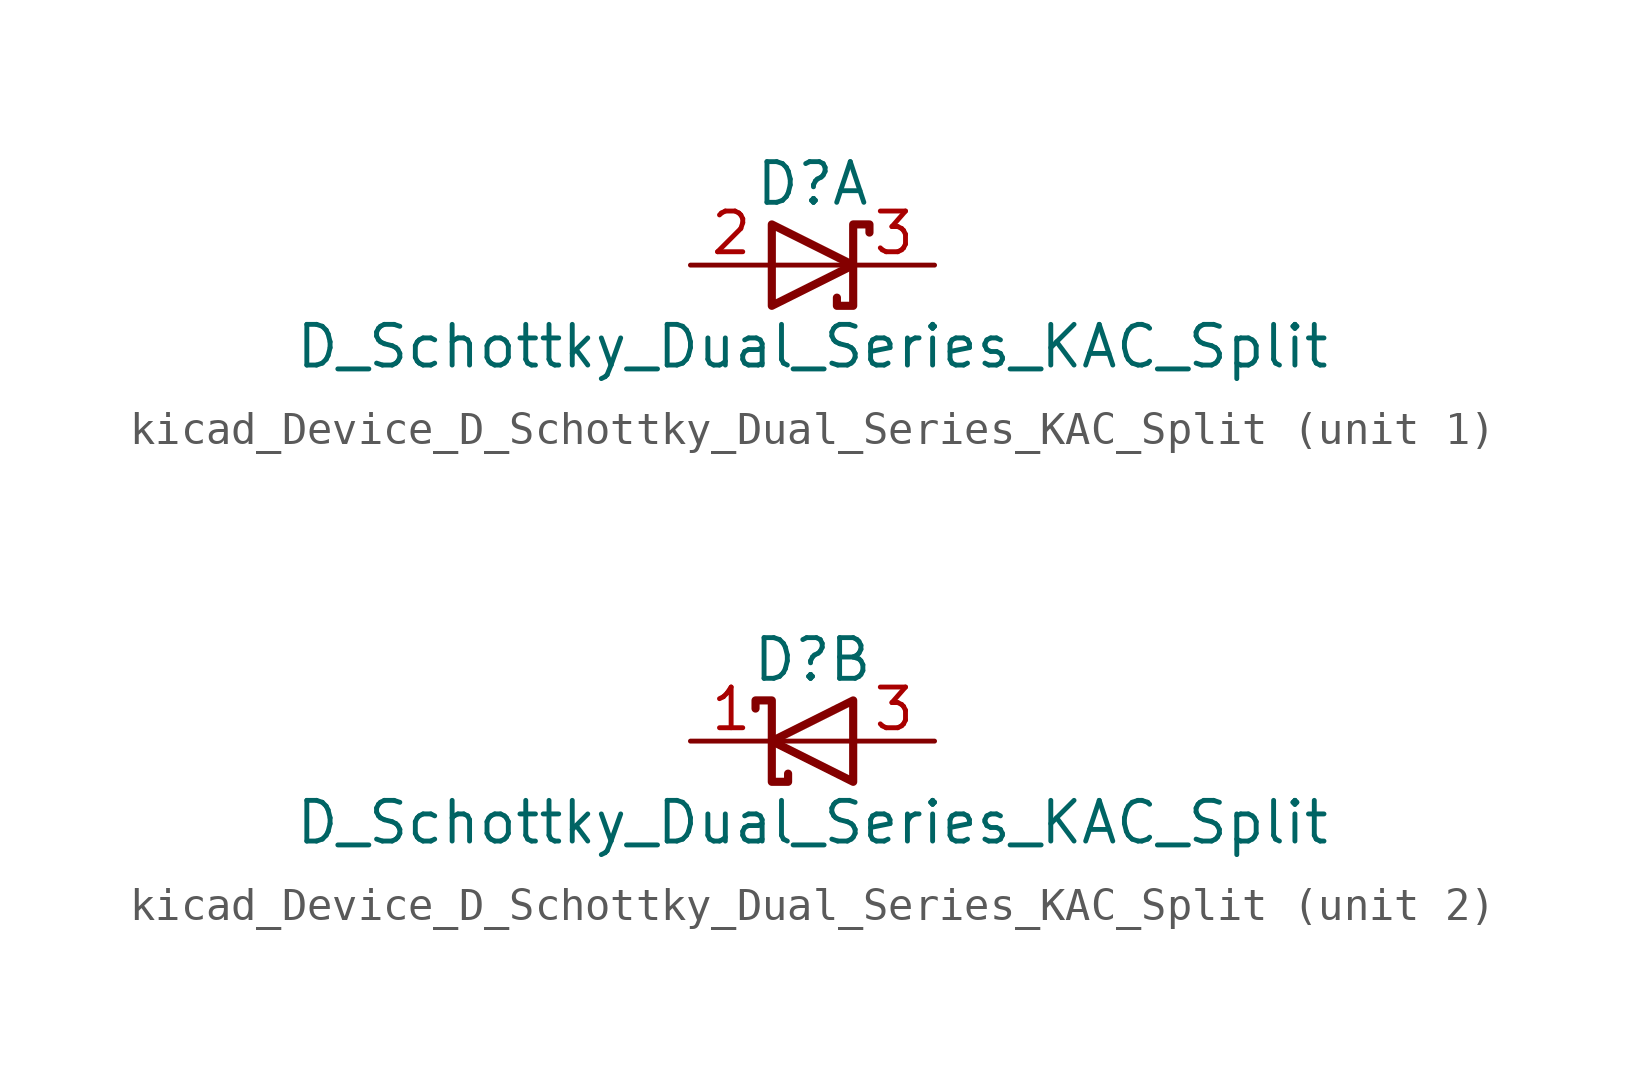
<source format=kicad_sym>
(kicad_symbol_lib
  (version 20220914)
  (generator kicad_symbol_editor)
  (symbol "kicad_Device_D_Schottky_Dual_Series_KAC_Split"
    (pin_names
      (offset 0.762) hide)
    (property "Reference" "D"
      (at 0 2.54 0)
      (effects (font (size 1.27 1.27))))
    (property "Value" "D_Schottky_Dual_Series_KAC_Split"
      (at 0 -2.54 0)
      (effects (font (size 1.27 1.27))))
    (property "ki_locked" ""
      (at 0 0 0)
      (effects (font (size 1.27 1.27))))
    (symbol "kicad_Device_D_Schottky_Dual_Series_KAC_Split_0_1"
      (pin passive line (at 3.81 0 180) (length 2.54) (name "K" (effects (font (size 1.27 1.27)))) (number "3" (effects (font (size 1.27 1.27))))))
    (symbol "kicad_Device_D_Schottky_Dual_Series_KAC_Split_1_1"
      (polyline (pts (xy 1.27 0) (xy -1.27 0)) (stroke (width 0) (type default)) (fill (type none)))
      (polyline (pts (xy -1.27 1.27) (xy 1.27 0) (xy -1.27 -1.27) (xy -1.27 1.27) (xy -1.27 1.27) (xy -1.27 1.27)) (stroke (width 0.254) (type default)) (fill (type none)))
      (polyline (pts (xy 1.778 1.016) (xy 1.778 1.27) (xy 1.27 1.27) (xy 1.27 -1.27) (xy 0.762 -1.27) (xy 0.762 -1.016)) (stroke (width 0.254) (type default)) (fill (type none)))
      (pin passive line (at -3.81 0 0) (length 2.54) (name "A" (effects (font (size 1.27 1.27)))) (number "2" (effects (font (size 1.27 1.27))))))
    (symbol "kicad_Device_D_Schottky_Dual_Series_KAC_Split_2_1"
      (polyline (pts (xy -1.27 0) (xy 1.27 0)) (stroke (width 0) (type default)) (fill (type none)))
      (polyline (pts (xy -1.778 1.016) (xy -1.778 1.27) (xy -1.27 1.27) (xy -1.27 -1.27) (xy -0.762 -1.27) (xy -0.762 -1.016)) (stroke (width 0.254) (type default)) (fill (type none)))
      (polyline (pts (xy 1.27 1.27) (xy -1.27 0) (xy 1.27 -1.27) (xy 1.27 1.27) (xy 1.27 1.27) (xy 1.27 1.27)) (stroke (width 0.254) (type default)) (fill (type none)))
      (pin passive line (at -3.81 0 0) (length 2.54) (name "K" (effects (font (size 1.27 1.27)))) (number "1" (effects (font (size 1.27 1.27))))))))
</source>
